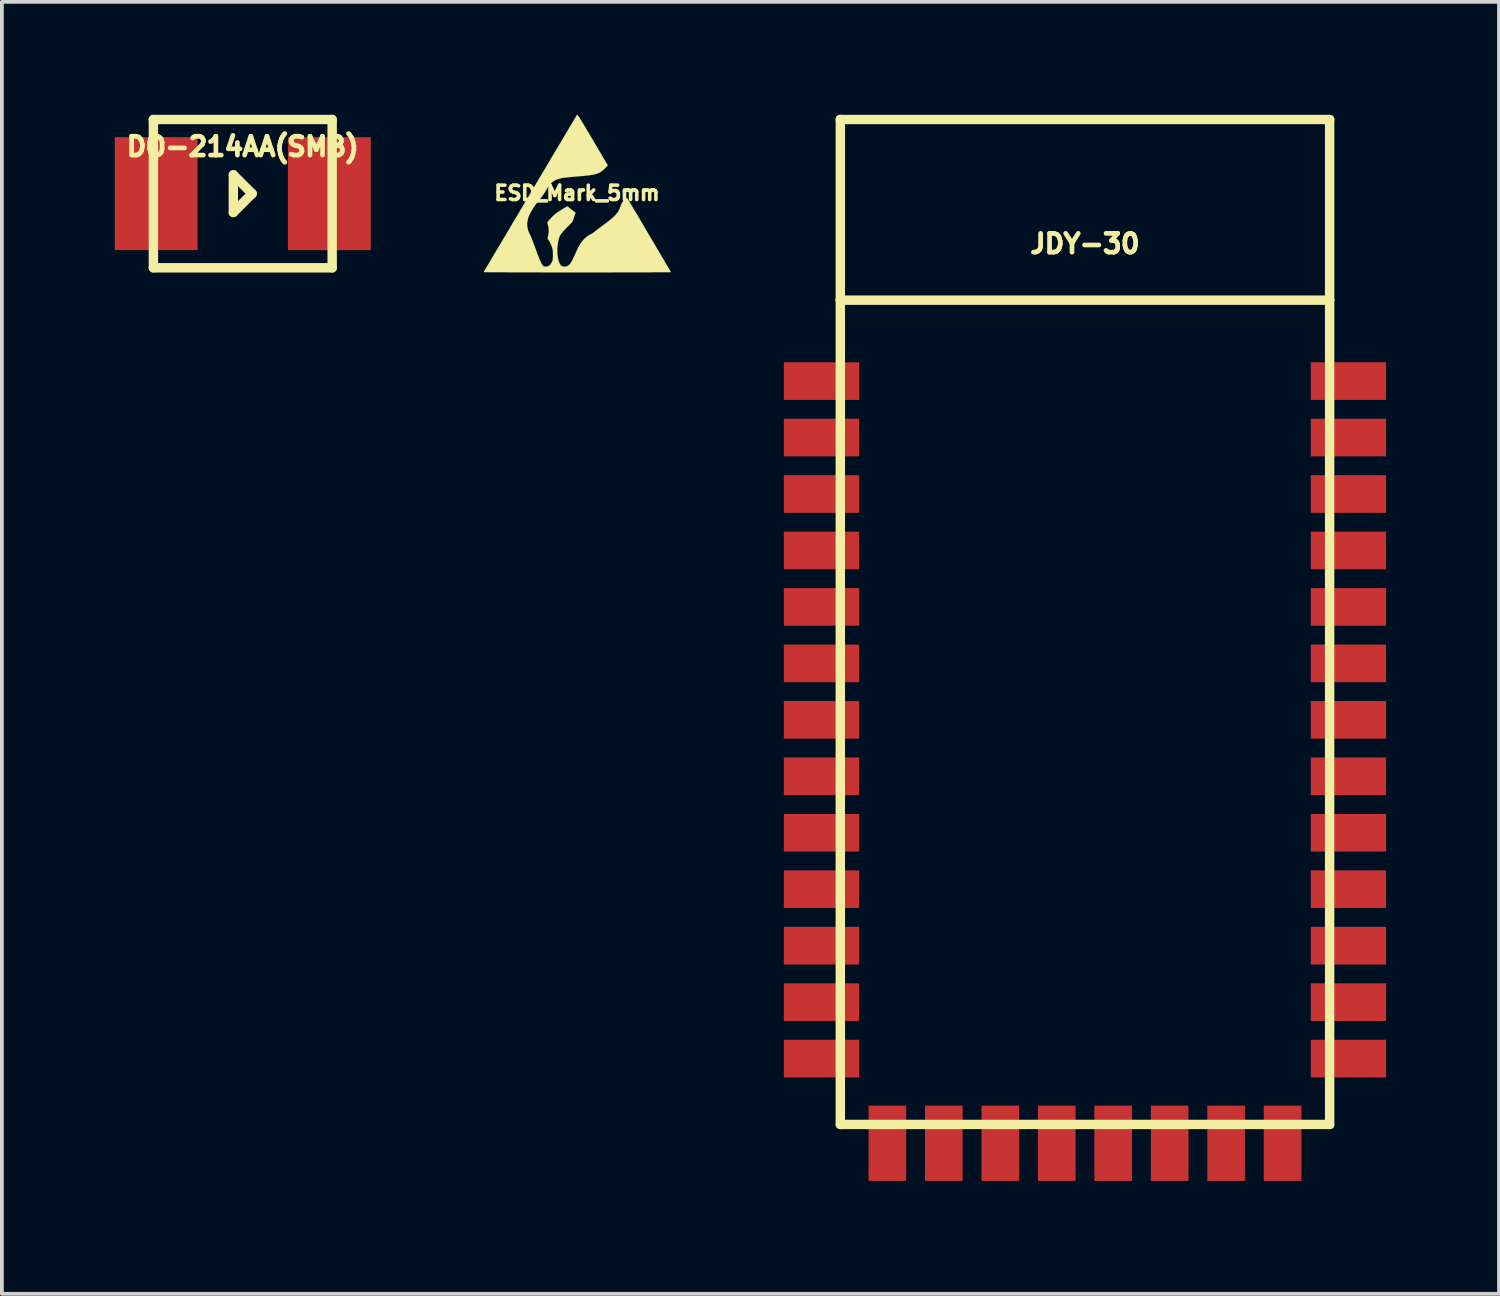
<source format=kicad_pcb>
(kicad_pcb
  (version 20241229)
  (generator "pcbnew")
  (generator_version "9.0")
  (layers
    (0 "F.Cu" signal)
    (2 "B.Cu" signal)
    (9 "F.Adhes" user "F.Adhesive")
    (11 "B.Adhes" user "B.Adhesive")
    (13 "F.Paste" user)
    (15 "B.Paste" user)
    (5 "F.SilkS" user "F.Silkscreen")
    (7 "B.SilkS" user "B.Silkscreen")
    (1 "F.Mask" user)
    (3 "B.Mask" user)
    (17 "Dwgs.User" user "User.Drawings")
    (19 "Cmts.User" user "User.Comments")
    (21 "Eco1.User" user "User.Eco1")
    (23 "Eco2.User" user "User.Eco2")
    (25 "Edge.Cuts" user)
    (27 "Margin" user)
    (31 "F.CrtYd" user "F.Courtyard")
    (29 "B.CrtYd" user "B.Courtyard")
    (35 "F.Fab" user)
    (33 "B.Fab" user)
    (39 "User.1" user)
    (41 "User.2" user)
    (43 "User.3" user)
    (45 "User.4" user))
  (footprint "ESD_Mark_5mm"
    (layer "F.Cu")
    (at 12.28 2.079)
    (property "Reference" "ESD_Mark_5mm" (at 0 0 0) (layer "F.SilkS") (effects (font (size 0.381 0.381) (thickness 0.127))))
    (attr through_hole)
    (fp_poly (pts (xy 2.494 2.101) (xy 2.482 2.101) (xy 2.449 2.101) (xy 2.393 2.103) (xy 2.319 2.103) (xy 2.223 2.103) (xy 2.111 2.103) (xy 1.981 2.106) (xy 1.836 2.106) (xy 1.676 2.106) (xy 1.501 2.106) (xy 1.316 2.106) (xy 1.118 2.106) (xy 0.909 2.108) (xy 0.691 2.108) (xy 0.465 2.108) (xy 0.231 2.108) (xy 0.005 2.108) (xy -0.234 2.108) (xy -0.467 2.108) (xy -0.693 2.108) (xy -0.912 2.108) (xy -1.118 2.106) (xy -1.316 2.106) (xy -1.501 2.106) (xy -1.674 2.106) (xy -1.834 2.106) (xy -1.979 2.103) (xy -2.106 2.103) (xy -2.217 2.103) (xy -2.309 2.103) (xy -2.383 2.101) (xy -2.436 2.101) (xy -2.469 2.101) (xy -2.479 2.098) (xy -2.469 2.08) (xy -2.449 2.045) (xy -2.416 1.991) (xy -2.375 1.923) (xy -2.324 1.836) (xy -2.266 1.737) (xy -2.2 1.626) (xy -2.126 1.501) (xy -2.045 1.369) (xy -1.961 1.224) (xy -1.869 1.072) (xy -1.775 0.912) (xy -1.679 0.747) (xy -1.577 0.579) (xy -1.473 0.404) (xy -1.369 0.229) (xy -1.265 0.051) (xy -1.158 -0.127) (xy -1.054 -0.305) (xy -0.95 -0.48) (xy -0.848 -0.65) (xy -0.749 -0.818) (xy -0.653 -0.98) (xy -0.561 -1.135) (xy -0.472 -1.283) (xy -0.391 -1.42) (xy -0.315 -1.547) (xy -0.246 -1.664) (xy -0.183 -1.77) (xy -0.13 -1.859) (xy -0.084 -1.935) (xy -0.048 -1.996) (xy -0.023 -2.04) (xy -0.008 -2.065) (xy -0.005 -2.07) (xy 0 -2.075) (xy 0.005 -2.078) (xy 0.01 -2.075) (xy 0.02 -2.068) (xy 0.03 -2.052) (xy 0.048 -2.027) (xy 0.069 -1.994) (xy 0.097 -1.951) (xy 0.132 -1.895) (xy 0.175 -1.824) (xy 0.226 -1.737) (xy 0.287 -1.636) (xy 0.358 -1.516) (xy 0.417 -1.415) (xy 0.82 -0.734) (xy 0.752 -0.665) (xy 0.709 -0.622) (xy 0.665 -0.587) (xy 0.622 -0.556) (xy 0.574 -0.531) (xy 0.521 -0.511) (xy 0.457 -0.493) (xy 0.381 -0.48) (xy 0.292 -0.467) (xy 0.185 -0.457) (xy 0.058 -0.445) (xy -0.02 -0.439) (xy -0.163 -0.427) (xy -0.282 -0.414) (xy -0.384 -0.401) (xy -0.47 -0.381) (xy -0.541 -0.358) (xy -0.605 -0.328) (xy -0.658 -0.29) (xy -0.706 -0.244) (xy -0.752 -0.188) (xy -0.795 -0.119) (xy -0.838 -0.048) (xy -0.869 0.003) (xy -0.909 0.061) (xy -0.955 0.122) (xy -0.998 0.18) (xy -1.1 0.307) (xy -1.179 0.424) (xy -1.242 0.533) (xy -1.288 0.632) (xy -1.313 0.726) (xy -1.326 0.815) (xy -1.318 0.904) (xy -1.298 0.993) (xy -1.262 1.082) (xy -1.247 1.11) (xy -1.232 1.143) (xy -1.209 1.194) (xy -1.184 1.26) (xy -1.156 1.333) (xy -1.125 1.415) (xy -1.105 1.468) (xy -1.057 1.603) (xy -1.013 1.714) (xy -0.975 1.806) (xy -0.942 1.875) (xy -0.914 1.918) (xy -0.894 1.943) (xy -0.892 1.943) (xy -0.851 1.953) (xy -0.8 1.953) (xy -0.754 1.938) (xy -0.742 1.93) (xy -0.709 1.9) (xy -0.676 1.849) (xy -0.671 1.841) (xy -0.655 1.808) (xy -0.648 1.781) (xy -0.643 1.748) (xy -0.64 1.707) (xy -0.638 1.651) (xy -0.638 1.646) (xy -0.64 1.577) (xy -0.645 1.524) (xy -0.653 1.478) (xy -0.665 1.435) (xy -0.691 1.369) (xy -0.721 1.306) (xy -0.752 1.252) (xy -0.77 1.229) (xy -0.777 1.214) (xy -0.78 1.196) (xy -0.775 1.163) (xy -0.767 1.135) (xy -0.752 1.029) (xy -0.754 0.927) (xy -0.777 0.831) (xy -0.79 0.795) (xy -0.785 0.78) (xy -0.765 0.752) (xy -0.729 0.706) (xy -0.686 0.66) (xy -0.64 0.612) (xy -0.599 0.574) (xy -0.559 0.541) (xy -0.513 0.508) (xy -0.457 0.472) (xy -0.417 0.447) (xy -0.257 0.351) (xy -0.147 0.437) (xy -0.038 0.521) (xy -0.081 0.645) (xy -0.122 0.767) (xy -0.264 0.907) (xy -0.325 0.973) (xy -0.378 1.031) (xy -0.419 1.079) (xy -0.445 1.115) (xy -0.475 1.189) (xy -0.5 1.28) (xy -0.516 1.382) (xy -0.523 1.494) (xy -0.521 1.605) (xy -0.516 1.654) (xy -0.5 1.76) (xy -0.475 1.844) (xy -0.439 1.905) (xy -0.427 1.923) (xy -0.401 1.943) (xy -0.373 1.953) (xy -0.335 1.956) (xy -0.292 1.951) (xy -0.254 1.938) (xy -0.218 1.915) (xy -0.183 1.88) (xy -0.15 1.829) (xy -0.112 1.76) (xy -0.071 1.671) (xy -0.053 1.636) (xy -0.01 1.537) (xy 0.028 1.455) (xy 0.064 1.389) (xy 0.099 1.333) (xy 0.135 1.285) (xy 0.173 1.24) (xy 0.183 1.229) (xy 0.249 1.168) (xy 0.318 1.12) (xy 0.351 1.102) (xy 0.394 1.079) (xy 0.427 1.059) (xy 0.447 1.044) (xy 0.45 1.041) (xy 0.462 1.031) (xy 0.488 1.011) (xy 0.528 0.978) (xy 0.579 0.94) (xy 0.638 0.897) (xy 0.665 0.876) (xy 0.77 0.798) (xy 0.856 0.732) (xy 0.927 0.673) (xy 0.986 0.62) (xy 1.031 0.574) (xy 1.069 0.528) (xy 1.097 0.485) (xy 1.123 0.439) (xy 1.143 0.391) (xy 1.148 0.371) (xy 1.168 0.323) (xy 1.189 0.274) (xy 1.209 0.239) (xy 1.212 0.234) (xy 1.237 0.203) (xy 1.265 0.175) (xy 1.295 0.152) (xy 1.321 0.137) (xy 1.336 0.137) (xy 1.344 0.15) (xy 1.361 0.18) (xy 1.389 0.226) (xy 1.427 0.287) (xy 1.471 0.363) (xy 1.521 0.45) (xy 1.58 0.546) (xy 1.643 0.653) (xy 1.709 0.765) (xy 1.778 0.881) (xy 1.849 1.001) (xy 1.92 1.123) (xy 1.991 1.245) (xy 2.062 1.364) (xy 2.131 1.481) (xy 2.197 1.593) (xy 2.258 1.697) (xy 2.316 1.793) (xy 2.365 1.88) (xy 2.41 1.953) (xy 2.446 2.014) (xy 2.471 2.06) (xy 2.489 2.09) (xy 2.494 2.101)) (stroke (width 0.003) (type solid)) (fill yes) (layer "F.SilkS")))
  (footprint "JDY-30"
    (layer "F.Cu")
    (at 19.276 4.925)
    (property "Reference" "JDY-30" (at 6.5 -1.5 0) (layer "F.SilkS") (effects (font (size 0.5 0.5) (thickness 0.125))))
    (attr through_hole)
    (fp_line (start 0 -4.8) (end 13 -4.8) (stroke (width 0.25) (type solid)) (layer "F.SilkS"))
    (fp_line (start 0 0) (end 0 -4.8) (stroke (width 0.25) (type solid)) (layer "F.SilkS"))
    (fp_line (start 0 0) (end 0 21.9) (stroke (width 0.25) (type solid)) (layer "F.SilkS"))
    (fp_line (start 0 0) (end 13 0) (stroke (width 0.25) (type solid)) (layer "F.SilkS"))
    (fp_line (start 0 21.9) (end 13 21.9) (stroke (width 0.25) (type solid)) (layer "F.SilkS"))
    (fp_line (start 13 -4.8) (end 13 0) (stroke (width 0.25) (type solid)) (layer "F.SilkS"))
    (fp_line (start 13 0) (end 13 21.9) (stroke (width 0.25) (type solid)) (layer "F.SilkS"))
    (pad "" smd rect (at -0.5 5.15) (size 2 1) (layers "F.Cu" "F.Mask" "F.Paste"))
    (pad "" smd rect (at -0.5 6.65) (size 2 1) (layers "F.Cu" "F.Mask" "F.Paste"))
    (pad "" smd rect (at -0.5 9.65) (size 2 1) (layers "F.Cu" "F.Mask" "F.Paste"))
    (pad "" smd rect (at -0.5 11.15) (size 2 1) (layers "F.Cu" "F.Mask" "F.Paste"))
    (pad "" smd rect (at -0.5 12.65) (size 2 1) (layers "F.Cu" "F.Mask" "F.Paste"))
    (pad "" smd rect (at -0.5 14.15) (size 2 1) (layers "F.Cu" "F.Mask" "F.Paste"))
    (pad "" smd rect (at -0.5 15.65) (size 2 1) (layers "F.Cu" "F.Mask" "F.Paste"))
    (pad "" smd rect (at 1.25 22.4 90) (size 2 1) (layers "F.Cu" "F.Mask" "F.Paste"))
    (pad "" smd rect (at 2.75 22.4 90) (size 2 1) (layers "F.Cu" "F.Mask" "F.Paste"))
    (pad "" smd rect (at 4.25 22.4 90) (size 2 1) (layers "F.Cu" "F.Mask" "F.Paste"))
    (pad "" smd rect (at 5.75 22.4 90) (size 2 1) (layers "F.Cu" "F.Mask" "F.Paste"))
    (pad "" smd rect (at 7.25 22.4 90) (size 2 1) (layers "F.Cu" "F.Mask" "F.Paste"))
    (pad "" smd rect (at 8.75 22.4 90) (size 2 1) (layers "F.Cu" "F.Mask" "F.Paste"))
    (pad "" smd rect (at 10.25 22.4 90) (size 2 1) (layers "F.Cu" "F.Mask" "F.Paste"))
    (pad "" smd rect (at 11.75 22.4 90) (size 2 1) (layers "F.Cu" "F.Mask" "F.Paste"))
    (pad "" smd rect (at 13.5 2.15) (size 2 1) (layers "F.Cu" "F.Mask" "F.Paste"))
    (pad "" smd rect (at 13.5 3.65) (size 2 1) (layers "F.Cu" "F.Mask" "F.Paste"))
    (pad "" smd rect (at 13.5 5.15) (size 2 1) (layers "F.Cu" "F.Mask" "F.Paste"))
    (pad "" smd rect (at 13.5 6.65) (size 2 1) (layers "F.Cu" "F.Mask" "F.Paste"))
    (pad "" smd rect (at 13.5 8.15) (size 2 1) (layers "F.Cu" "F.Mask" "F.Paste"))
    (pad "" smd rect (at 13.5 9.65) (size 2 1) (layers "F.Cu" "F.Mask" "F.Paste"))
    (pad "" smd rect (at 13.5 11.15) (size 2 1) (layers "F.Cu" "F.Mask" "F.Paste"))
    (pad "" smd rect (at 13.5 12.65) (size 2 1) (layers "F.Cu" "F.Mask" "F.Paste"))
    (pad "" smd rect (at 13.5 14.15) (size 2 1) (layers "F.Cu" "F.Mask" "F.Paste"))
    (pad "" smd rect (at 13.5 18.65) (size 2 1) (layers "F.Cu" "F.Mask" "F.Paste"))
    (pad "1" smd rect (at -0.5 2.15) (size 2 1) (layers "F.Cu" "F.Mask" "F.Paste"))
    (pad "2" smd rect (at -0.5 3.65) (size 2 1) (layers "F.Cu" "F.Mask" "F.Paste"))
    (pad "3" smd rect (at -0.5 8.15) (size 2 1) (layers "F.Cu" "F.Mask" "F.Paste"))
    (pad "4" smd rect (at -0.5 17.15) (size 2 1) (layers "F.Cu" "F.Mask" "F.Paste"))
    (pad "5" smd rect (at -0.5 18.65) (size 2 1) (layers "F.Cu" "F.Mask" "F.Paste"))
    (pad "6" smd rect (at -0.5 20.15) (size 2 1) (layers "F.Cu" "F.Mask" "F.Paste"))
    (pad "6" smd rect (at 13.5 20.15) (size 2 1) (layers "F.Cu" "F.Mask" "F.Paste"))
    (pad "7" smd rect (at 13.5 17.15) (size 2 1) (layers "F.Cu" "F.Mask" "F.Paste"))
    (pad "8" smd rect (at 13.5 15.65) (size 2 1) (layers "F.Cu" "F.Mask" "F.Paste")))
  (footprint "DO-214AA(SMB)"
    (layer "F.Cu")
    (at 3.4 2.095)
    (property "Reference" "DO-214AA(SMB)" (at 0 -1.25 0) (layer "F.SilkS") (effects (font (size 0.5 0.5) (thickness 0.125))))
    (attr smd)
    (fp_line (start -2.375 -1.97) (end -2.375 1.97) (stroke (width 0.25) (type solid)) (layer "F.SilkS"))
    (fp_line (start -2.375 -1.97) (end 2.375 -1.97) (stroke (width 0.25) (type solid)) (layer "F.SilkS"))
    (fp_line (start -2.375 1.97) (end 2.375 1.97) (stroke (width 0.25) (type solid)) (layer "F.SilkS"))
    (fp_line (start -0.25 -0.5) (end 0.25 0) (stroke (width 0.25) (type solid)) (layer "F.SilkS"))
    (fp_line (start -0.25 0.5) (end -0.25 -0.5) (stroke (width 0.25) (type solid)) (layer "F.SilkS"))
    (fp_line (start 0.25 0) (end -0.25 0.5) (stroke (width 0.25) (type solid)) (layer "F.SilkS"))
    (fp_line (start 2.375 -1.97) (end 2.375 1.97) (stroke (width 0.25) (type solid)) (layer "F.SilkS"))
    (pad "1" smd rect (at -2.3 0) (size 2.2 3) (layers "F.Cu" "F.Mask" "F.Paste"))
    (pad "2" smd rect (at 2.3 0) (size 2.2 3) (layers "F.Cu" "F.Mask" "F.Paste")))
  (gr_rect
    (start -3 -3)
    (end 36.776 31.325)
    (stroke (width 0.1) (type default))
    (fill no)
    (layer "Edge.Cuts")))
</source>
